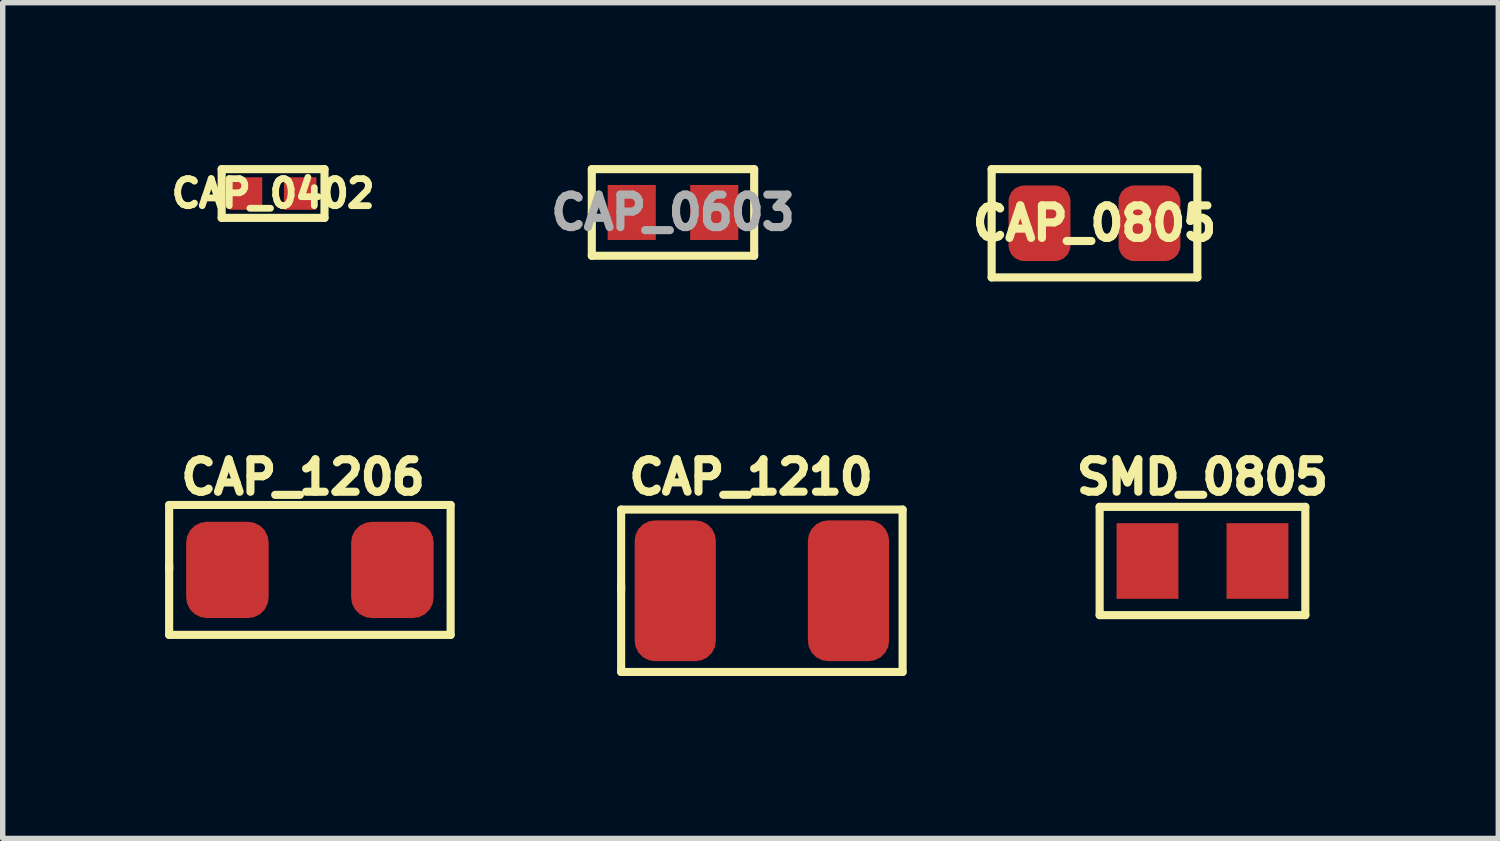
<source format=kicad_pcb>
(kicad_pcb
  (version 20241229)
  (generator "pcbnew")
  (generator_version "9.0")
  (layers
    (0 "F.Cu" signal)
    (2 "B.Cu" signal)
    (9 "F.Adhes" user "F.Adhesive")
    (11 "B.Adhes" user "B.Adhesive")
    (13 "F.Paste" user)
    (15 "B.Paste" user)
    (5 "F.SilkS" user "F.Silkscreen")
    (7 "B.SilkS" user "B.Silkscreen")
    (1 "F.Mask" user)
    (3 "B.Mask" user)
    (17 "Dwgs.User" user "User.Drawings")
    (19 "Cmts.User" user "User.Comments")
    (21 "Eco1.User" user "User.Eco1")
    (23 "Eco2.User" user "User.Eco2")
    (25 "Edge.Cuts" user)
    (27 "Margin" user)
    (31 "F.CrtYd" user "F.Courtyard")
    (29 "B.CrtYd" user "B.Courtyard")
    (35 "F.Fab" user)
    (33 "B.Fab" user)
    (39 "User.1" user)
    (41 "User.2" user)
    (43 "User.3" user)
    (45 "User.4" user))
  (footprint "CAP_0402"
    (layer "F.Cu")
    (at 1.995 0.525)
    (property "Reference" "CAP_0402" (at 0 0 0) (layer "F.SilkS") (effects (font (size 0.5 0.5) (thickness 0.125))))
    (attr smd)
    (fp_line (start -0.95 -0.45) (end 0.95 -0.45) (stroke (width 0.15) (type solid)) (layer "F.SilkS"))
    (fp_line (start -0.95 0.45) (end -0.95 -0.45) (stroke (width 0.15) (type solid)) (layer "F.SilkS"))
    (fp_line (start 0.95 -0.45) (end 0.95 0.45) (stroke (width 0.15) (type solid)) (layer "F.SilkS"))
    (fp_line (start 0.95 0.45) (end -0.95 0.45) (stroke (width 0.15) (type solid)) (layer "F.SilkS"))
    (pad "1" smd rect (at -0.5 0) (size 0.6 0.6) (layers "F.Cu" "F.Mask" "F.Paste"))
    (pad "2" smd rect (at 0.5 0) (size 0.6 0.6) (layers "F.Cu" "F.Mask" "F.Paste")))
  (footprint "CAP_0805"
    (layer "F.Cu")
    (at 17.17 1.075)
    (property "Reference" "CAP_0805" (at 0 0 0) (layer "F.SilkS") (effects (font (size 0.6 0.6) (thickness 0.15))))
    (attr smd)
    (fp_line (start -1.9 -1) (end 1.9 -1) (stroke (width 0.15) (type solid)) (layer "F.SilkS"))
    (fp_line (start -1.9 1) (end -1.9 -1) (stroke (width 0.15) (type solid)) (layer "F.SilkS"))
    (fp_line (start 1.9 -1) (end 1.9 1) (stroke (width 0.15) (type solid)) (layer "F.SilkS"))
    (fp_line (start 1.9 1) (end -1.9 1) (stroke (width 0.15) (type solid)) (layer "F.SilkS"))
    (pad "1" smd roundrect (at -1.016 0) (size 1.143 1.397) (layers "F.Cu" "F.Mask" "F.Paste") (roundrect_rratio 0.25))
    (pad "2" smd roundrect (at 1.016 0) (size 1.143 1.397) (layers "F.Cu" "F.Mask" "F.Paste") (roundrect_rratio 0.25)))
  (footprint "CAP_0603"
    (layer "F.Cu")
    (at 9.383 0.875)
    (property "Reference" "CAP_0603" (at 0 0 0) (layer "F.Fab") (effects (font (size 0.6 0.6) (thickness 0.15))))
    (attr smd)
    (fp_line (start -1.5 -0.8) (end 1.5 -0.8) (stroke (width 0.15) (type solid)) (layer "F.SilkS"))
    (fp_line (start -1.5 0) (end -1.5 -0.8) (stroke (width 0.15) (type solid)) (layer "F.SilkS"))
    (fp_line (start -1.5 0.8) (end -1.5 0) (stroke (width 0.15) (type solid)) (layer "F.SilkS"))
    (fp_line (start 1.5 -0.8) (end 1.5 0.8) (stroke (width 0.15) (type solid)) (layer "F.SilkS"))
    (fp_line (start 1.5 0.8) (end -1.5 0.8) (stroke (width 0.15) (type solid)) (layer "F.SilkS"))
    (pad "1" smd rect (at -0.762 0) (size 0.889 1.016) (layers "F.Cu" "F.Mask" "F.Paste"))
    (pad "2" smd rect (at 0.762 0) (size 0.889 1.016) (layers "F.Cu" "F.Mask" "F.Paste")))
  (footprint "CAP_1210"
    (layer "F.Cu")
    (at 11.025 7.864)
    (property "Reference" "CAP_1210" (at -0.2 -2.1 0) (layer "F.SilkS") (effects (font (size 0.6 0.6) (thickness 0.15))))
    (attr smd)
    (fp_line (start -2.6 -1.5) (end 2.6 -1.5) (stroke (width 0.15) (type solid)) (layer "F.SilkS"))
    (fp_line (start -2.6 0) (end -2.6 -1.5) (stroke (width 0.15) (type solid)) (layer "F.SilkS"))
    (fp_line (start -2.6 1.5) (end -2.6 -0.1) (stroke (width 0.15) (type solid)) (layer "F.SilkS"))
    (fp_line (start 2.6 -1.5) (end 2.6 1.5) (stroke (width 0.15) (type solid)) (layer "F.SilkS"))
    (fp_line (start 2.6 1.5) (end -2.6 1.5) (stroke (width 0.15) (type solid)) (layer "F.SilkS"))
    (fp_rect (start -1.6 -1.25) (end 1.6 1.25) (stroke (width 0.1) (type default)) (fill no) (layer "Margin"))
    (pad "1" smd roundrect (at -1.6 0) (size 1.5 2.6) (layers "F.Cu" "F.Mask" "F.Paste") (roundrect_rratio 0.25))
    (pad "2" smd roundrect (at 1.6 0) (size 1.5 2.6) (layers "F.Cu" "F.Mask" "F.Paste") (roundrect_rratio 0.25)))
  (footprint "SMD_0805"
    (layer "F.Cu")
    (at 19.165 7.314)
    (property "Reference" "SMD_0805" (at 0 -1.55 0) (layer "F.SilkS") (effects (font (size 0.6 0.6) (thickness 0.15))))
    (attr smd)
    (fp_line (start -1.9 -1) (end 1.9 -1) (stroke (width 0.15) (type solid)) (layer "F.SilkS"))
    (fp_line (start -1.9 1) (end -1.9 -1) (stroke (width 0.15) (type solid)) (layer "F.SilkS"))
    (fp_line (start 1.9 -1) (end 1.9 1) (stroke (width 0.15) (type solid)) (layer "F.SilkS"))
    (fp_line (start 1.9 1) (end -1.9 1) (stroke (width 0.15) (type solid)) (layer "F.SilkS"))
    (pad "1" smd rect (at -1.016 0) (size 1.143 1.397) (layers "F.Cu" "F.Mask" "F.Paste"))
    (pad "2" smd rect (at 1.016 0) (size 1.143 1.397) (layers "F.Cu" "F.Mask" "F.Paste")))
  (footprint "CAP_1206"
    (layer "F.Cu")
    (at 2.675 7.479)
    (property "Reference" "CAP_1206" (at -0.127 -1.714 0) (layer "F.SilkS") (effects (font (size 0.6 0.6) (thickness 0.15))))
    (attr smd)
    (fp_line (start -2.6 -1.2) (end 2.6 -1.2) (stroke (width 0.15) (type solid)) (layer "F.SilkS"))
    (fp_line (start -2.6 0) (end -2.6 -1.2) (stroke (width 0.15) (type solid)) (layer "F.SilkS"))
    (fp_line (start -2.6 1.2) (end -2.6 -0.1) (stroke (width 0.15) (type solid)) (layer "F.SilkS"))
    (fp_line (start 2.6 -1.2) (end 2.6 1.2) (stroke (width 0.15) (type solid)) (layer "F.SilkS"))
    (fp_line (start 2.6 1.2) (end -2.6 1.2) (stroke (width 0.15) (type solid)) (layer "F.SilkS"))
    (pad "1" smd roundrect (at -1.524 0) (size 1.524 1.778) (layers "F.Cu" "F.Mask" "F.Paste") (roundrect_rratio 0.25))
    (pad "2" smd roundrect (at 1.524 0) (size 1.524 1.778) (layers "F.Cu" "F.Mask" "F.Paste") (roundrect_rratio 0.25)))
  (gr_rect
    (start -3 -3)
    (end 24.63 12.439)
    (stroke (width 0.1) (type default))
    (fill no)
    (layer "Edge.Cuts")))
</source>
